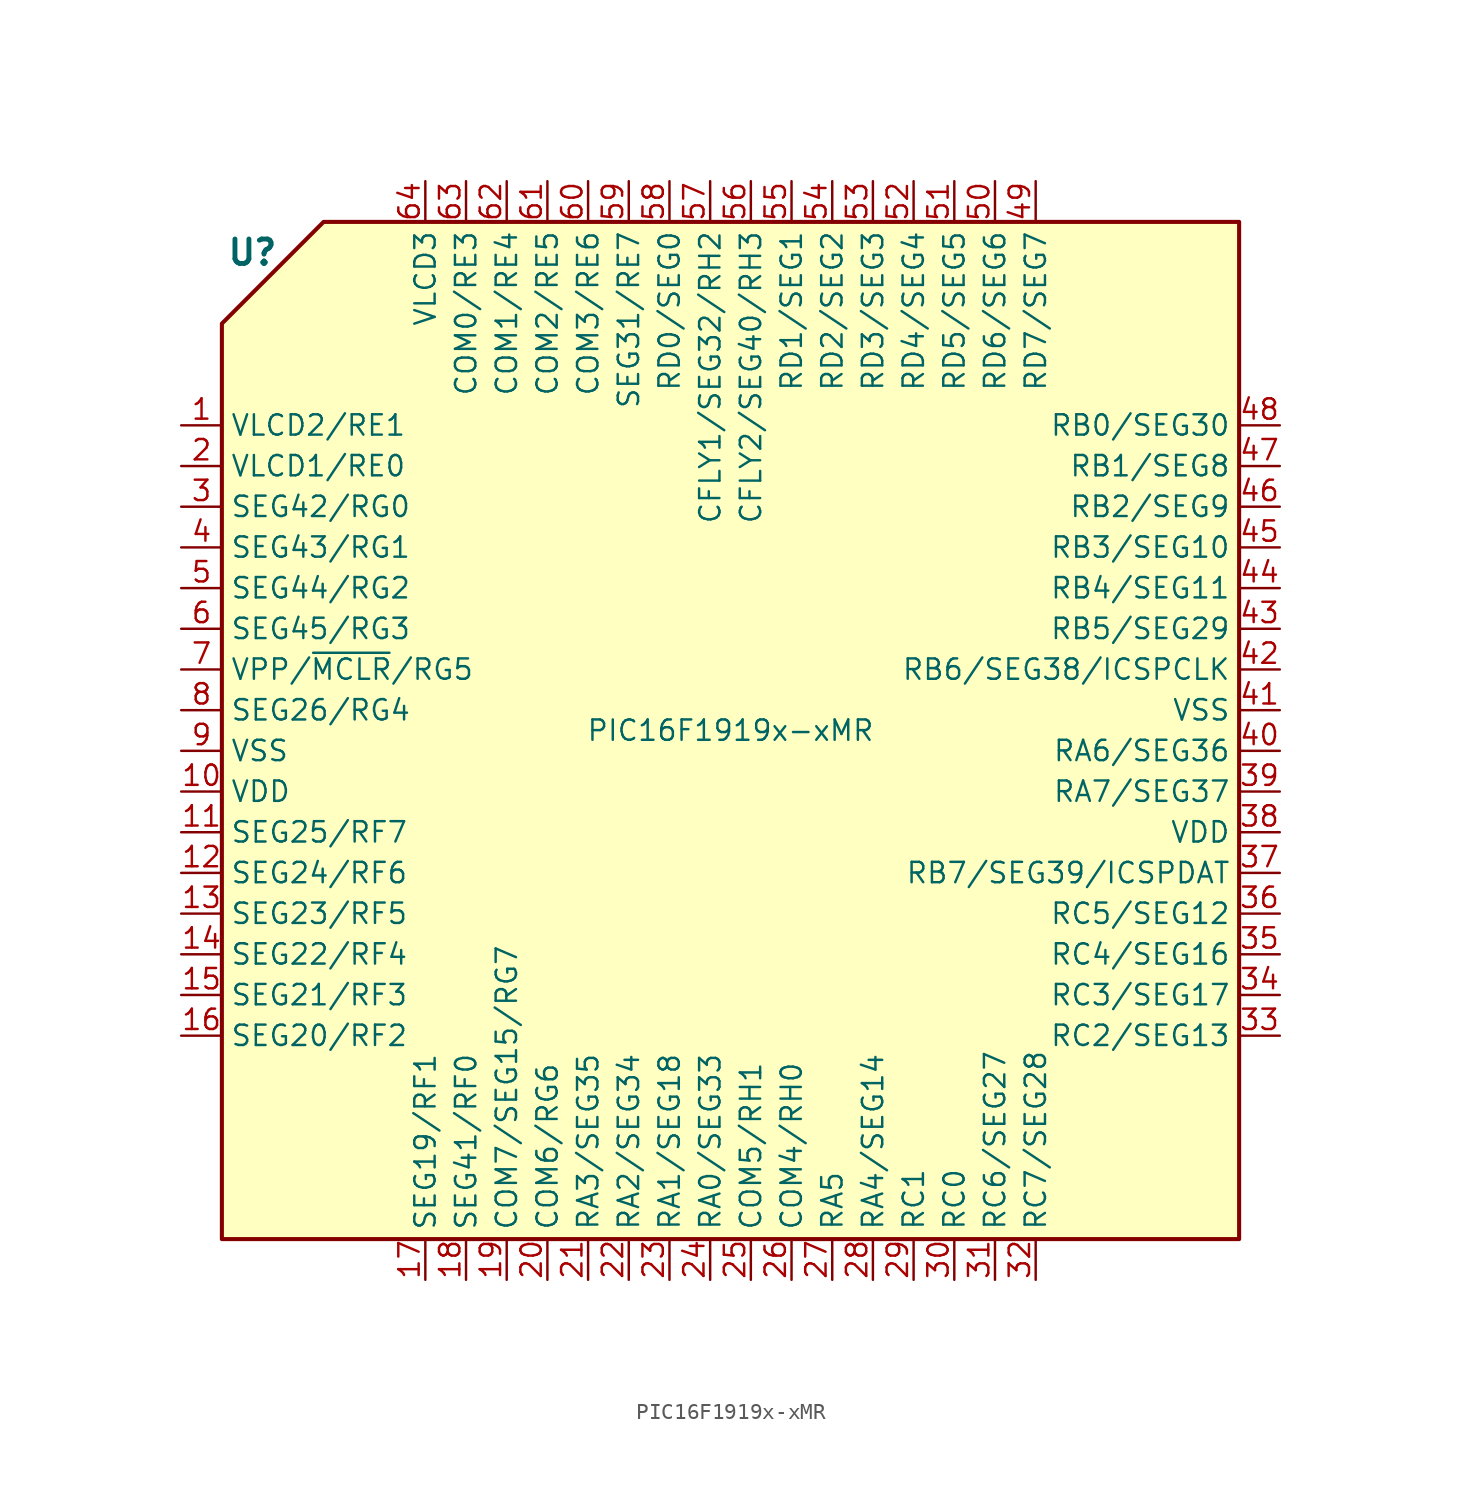
<source format=kicad_sym>
(kicad_symbol_lib
  (version 20220126)
  (generator kicad_symbol_editor)
  (symbol "PIC16F1919x-xMR"
    (property "Reference" "U"
      (at -29.845 29.845 0)
      (effects (font (size 1.524 1.524) bold)))
    (property "Value" "PIC16F1919x-xMR"
      (at 0 0 0)
      (effects (font (size 1.27 1.27))))
    (symbol "PIC16F1919x-xMR_0_1"
      (polyline (pts (xy -31.75 25.4) (xy -25.4 31.75) (xy 31.75 31.75) (xy 31.75 -31.75) (xy -31.75 -31.75) (xy -31.75 25.4)) (stroke (width 0.254) (type default)) (fill (type background))))
    (symbol "PIC16F1919x-xMR_1_1"
      (pin bidirectional line (at -34.29 19.05 0) (length 2.54) (name "VLCD2/RE1" (effects (font (size 1.27 1.27)))) (number "1" (effects (font (size 1.27 1.27)))))
      (pin power_in line (at -34.29 -3.81 0) (length 2.54) (name "VDD" (effects (font (size 1.27 1.27)))) (number "10" (effects (font (size 1.27 1.27)))))
      (pin bidirectional line (at -34.29 -6.35 0) (length 2.54) (name "SEG25/RF7" (effects (font (size 1.27 1.27)))) (number "11" (effects (font (size 1.27 1.27)))))
      (pin bidirectional line (at -34.29 -8.89 0) (length 2.54) (name "SEG24/RF6" (effects (font (size 1.27 1.27)))) (number "12" (effects (font (size 1.27 1.27)))))
      (pin bidirectional line (at -34.29 -11.43 0) (length 2.54) (name "SEG23/RF5" (effects (font (size 1.27 1.27)))) (number "13" (effects (font (size 1.27 1.27)))))
      (pin bidirectional line (at -34.29 -13.97 0) (length 2.54) (name "SEG22/RF4" (effects (font (size 1.27 1.27)))) (number "14" (effects (font (size 1.27 1.27)))))
      (pin bidirectional line (at -34.29 -16.51 0) (length 2.54) (name "SEG21/RF3" (effects (font (size 1.27 1.27)))) (number "15" (effects (font (size 1.27 1.27)))))
      (pin bidirectional line (at -34.29 -19.05 0) (length 2.54) (name "SEG20/RF2" (effects (font (size 1.27 1.27)))) (number "16" (effects (font (size 1.27 1.27)))))
      (pin bidirectional line (at -19.05 -34.29 90) (length 2.54) (name "SEG19/RF1" (effects (font (size 1.27 1.27)))) (number "17" (effects (font (size 1.27 1.27)))))
      (pin bidirectional line (at -16.51 -34.29 90) (length 2.54) (name "SEG41/RF0" (effects (font (size 1.27 1.27)))) (number "18" (effects (font (size 1.27 1.27)))))
      (pin bidirectional line (at -13.97 -34.29 90) (length 2.54) (name "COM7/SEG15/RG7" (effects (font (size 1.27 1.27)))) (number "19" (effects (font (size 1.27 1.27)))))
      (pin bidirectional line (at -34.29 16.51 0) (length 2.54) (name "VLCD1/RE0" (effects (font (size 1.27 1.27)))) (number "2" (effects (font (size 1.27 1.27)))))
      (pin bidirectional line (at -11.43 -34.29 90) (length 2.54) (name "COM6/RG6" (effects (font (size 1.27 1.27)))) (number "20" (effects (font (size 1.27 1.27)))))
      (pin bidirectional line (at -8.89 -34.29 90) (length 2.54) (name "RA3/SEG35" (effects (font (size 1.27 1.27)))) (number "21" (effects (font (size 1.27 1.27)))))
      (pin bidirectional line (at -6.35 -34.29 90) (length 2.54) (name "RA2/SEG34" (effects (font (size 1.27 1.27)))) (number "22" (effects (font (size 1.27 1.27)))))
      (pin bidirectional line (at -3.81 -34.29 90) (length 2.54) (name "RA1/SEG18" (effects (font (size 1.27 1.27)))) (number "23" (effects (font (size 1.27 1.27)))))
      (pin bidirectional line (at -1.27 -34.29 90) (length 2.54) (name "RA0/SEG33" (effects (font (size 1.27 1.27)))) (number "24" (effects (font (size 1.27 1.27)))))
      (pin bidirectional line (at 1.27 -34.29 90) (length 2.54) (name "COM5/RH1" (effects (font (size 1.27 1.27)))) (number "25" (effects (font (size 1.27 1.27)))))
      (pin bidirectional line (at 3.81 -34.29 90) (length 2.54) (name "COM4/RH0" (effects (font (size 1.27 1.27)))) (number "26" (effects (font (size 1.27 1.27)))))
      (pin bidirectional line (at 6.35 -34.29 90) (length 2.54) (name "RA5" (effects (font (size 1.27 1.27)))) (number "27" (effects (font (size 1.27 1.27)))))
      (pin bidirectional line (at 8.89 -34.29 90) (length 2.54) (name "RA4/SEG14" (effects (font (size 1.27 1.27)))) (number "28" (effects (font (size 1.27 1.27)))))
      (pin bidirectional line (at 11.43 -34.29 90) (length 2.54) (name "RC1" (effects (font (size 1.27 1.27)))) (number "29" (effects (font (size 1.27 1.27)))))
      (pin bidirectional line (at -34.29 13.97 0) (length 2.54) (name "SEG42/RG0" (effects (font (size 1.27 1.27)))) (number "3" (effects (font (size 1.27 1.27)))))
      (pin bidirectional line (at 13.97 -34.29 90) (length 2.54) (name "RC0" (effects (font (size 1.27 1.27)))) (number "30" (effects (font (size 1.27 1.27)))))
      (pin bidirectional line (at 16.51 -34.29 90) (length 2.54) (name "RC6/SEG27" (effects (font (size 1.27 1.27)))) (number "31" (effects (font (size 1.27 1.27)))))
      (pin bidirectional line (at 19.05 -34.29 90) (length 2.54) (name "RC7/SEG28" (effects (font (size 1.27 1.27)))) (number "32" (effects (font (size 1.27 1.27)))))
      (pin bidirectional line (at 34.29 -19.05 180) (length 2.54) (name "RC2/SEG13" (effects (font (size 1.27 1.27)))) (number "33" (effects (font (size 1.27 1.27)))))
      (pin bidirectional line (at 34.29 -16.51 180) (length 2.54) (name "RC3/SEG17" (effects (font (size 1.27 1.27)))) (number "34" (effects (font (size 1.27 1.27)))))
      (pin bidirectional line (at 34.29 -13.97 180) (length 2.54) (name "RC4/SEG16" (effects (font (size 1.27 1.27)))) (number "35" (effects (font (size 1.27 1.27)))))
      (pin bidirectional line (at 34.29 -11.43 180) (length 2.54) (name "RC5/SEG12" (effects (font (size 1.27 1.27)))) (number "36" (effects (font (size 1.27 1.27)))))
      (pin bidirectional line (at 34.29 -8.89 180) (length 2.54) (name "RB7/SEG39/ICSPDAT" (effects (font (size 1.27 1.27)))) (number "37" (effects (font (size 1.27 1.27)))))
      (pin power_in line (at 34.29 -6.35 180) (length 2.54) (name "VDD" (effects (font (size 1.27 1.27)))) (number "38" (effects (font (size 1.27 1.27)))))
      (pin bidirectional line (at 34.29 -3.81 180) (length 2.54) (name "RA7/SEG37" (effects (font (size 1.27 1.27)))) (number "39" (effects (font (size 1.27 1.27)))))
      (pin bidirectional line (at -34.29 11.43 0) (length 2.54) (name "SEG43/RG1" (effects (font (size 1.27 1.27)))) (number "4" (effects (font (size 1.27 1.27)))))
      (pin bidirectional line (at 34.29 -1.27 180) (length 2.54) (name "RA6/SEG36" (effects (font (size 1.27 1.27)))) (number "40" (effects (font (size 1.27 1.27)))))
      (pin power_in line (at 34.29 1.27 180) (length 2.54) (name "VSS" (effects (font (size 1.27 1.27)))) (number "41" (effects (font (size 1.27 1.27)))))
      (pin bidirectional line (at 34.29 3.81 180) (length 2.54) (name "RB6/SEG38/ICSPCLK" (effects (font (size 1.27 1.27)))) (number "42" (effects (font (size 1.27 1.27)))))
      (pin bidirectional line (at 34.29 6.35 180) (length 2.54) (name "RB5/SEG29" (effects (font (size 1.27 1.27)))) (number "43" (effects (font (size 1.27 1.27)))))
      (pin bidirectional line (at 34.29 8.89 180) (length 2.54) (name "RB4/SEG11" (effects (font (size 1.27 1.27)))) (number "44" (effects (font (size 1.27 1.27)))))
      (pin bidirectional line (at 34.29 11.43 180) (length 2.54) (name "RB3/SEG10" (effects (font (size 1.27 1.27)))) (number "45" (effects (font (size 1.27 1.27)))))
      (pin bidirectional line (at 34.29 13.97 180) (length 2.54) (name "RB2/SEG9" (effects (font (size 1.27 1.27)))) (number "46" (effects (font (size 1.27 1.27)))))
      (pin bidirectional line (at 34.29 16.51 180) (length 2.54) (name "RB1/SEG8" (effects (font (size 1.27 1.27)))) (number "47" (effects (font (size 1.27 1.27)))))
      (pin bidirectional line (at 34.29 19.05 180) (length 2.54) (name "RB0/SEG30" (effects (font (size 1.27 1.27)))) (number "48" (effects (font (size 1.27 1.27)))))
      (pin bidirectional line (at 19.05 34.29 270) (length 2.54) (name "RD7/SEG7" (effects (font (size 1.27 1.27)))) (number "49" (effects (font (size 1.27 1.27)))))
      (pin bidirectional line (at -34.29 8.89 0) (length 2.54) (name "SEG44/RG2" (effects (font (size 1.27 1.27)))) (number "5" (effects (font (size 1.27 1.27)))))
      (pin bidirectional line (at 16.51 34.29 270) (length 2.54) (name "RD6/SEG6" (effects (font (size 1.27 1.27)))) (number "50" (effects (font (size 1.27 1.27)))))
      (pin bidirectional line (at 13.97 34.29 270) (length 2.54) (name "RD5/SEG5" (effects (font (size 1.27 1.27)))) (number "51" (effects (font (size 1.27 1.27)))))
      (pin bidirectional line (at 11.43 34.29 270) (length 2.54) (name "RD4/SEG4" (effects (font (size 1.27 1.27)))) (number "52" (effects (font (size 1.27 1.27)))))
      (pin bidirectional line (at 8.89 34.29 270) (length 2.54) (name "RD3/SEG3" (effects (font (size 1.27 1.27)))) (number "53" (effects (font (size 1.27 1.27)))))
      (pin bidirectional line (at 6.35 34.29 270) (length 2.54) (name "RD2/SEG2" (effects (font (size 1.27 1.27)))) (number "54" (effects (font (size 1.27 1.27)))))
      (pin bidirectional line (at 3.81 34.29 270) (length 2.54) (name "RD1/SEG1" (effects (font (size 1.27 1.27)))) (number "55" (effects (font (size 1.27 1.27)))))
      (pin bidirectional line (at 1.27 34.29 270) (length 2.54) (name "CFLY2/SEG40/RH3" (effects (font (size 1.27 1.27)))) (number "56" (effects (font (size 1.27 1.27)))))
      (pin bidirectional line (at -1.27 34.29 270) (length 2.54) (name "CFLY1/SEG32/RH2" (effects (font (size 1.27 1.27)))) (number "57" (effects (font (size 1.27 1.27)))))
      (pin bidirectional line (at -3.81 34.29 270) (length 2.54) (name "RD0/SEG0" (effects (font (size 1.27 1.27)))) (number "58" (effects (font (size 1.27 1.27)))))
      (pin bidirectional line (at -6.35 34.29 270) (length 2.54) (name "SEG31/RE7" (effects (font (size 1.27 1.27)))) (number "59" (effects (font (size 1.27 1.27)))))
      (pin bidirectional line (at -34.29 6.35 0) (length 2.54) (name "SEG45/RG3" (effects (font (size 1.27 1.27)))) (number "6" (effects (font (size 1.27 1.27)))))
      (pin bidirectional line (at -8.89 34.29 270) (length 2.54) (name "COM3/RE6" (effects (font (size 1.27 1.27)))) (number "60" (effects (font (size 1.27 1.27)))))
      (pin bidirectional line (at -11.43 34.29 270) (length 2.54) (name "COM2/RE5" (effects (font (size 1.27 1.27)))) (number "61" (effects (font (size 1.27 1.27)))))
      (pin bidirectional line (at -13.97 34.29 270) (length 2.54) (name "COM1/RE4" (effects (font (size 1.27 1.27)))) (number "62" (effects (font (size 1.27 1.27)))))
      (pin bidirectional line (at -16.51 34.29 270) (length 2.54) (name "COM0/RE3" (effects (font (size 1.27 1.27)))) (number "63" (effects (font (size 1.27 1.27)))))
      (pin input line (at -19.05 34.29 270) (length 2.54) (name "VLCD3" (effects (font (size 1.27 1.27)))) (number "64" (effects (font (size 1.27 1.27)))))
      (pin power_in line (at -34.29 -1.27 0) (length 2.54) hide (name "VSS" (effects (font (size 1.27 1.27)))) (number "65" (effects (font (size 1.27 1.27)))))
      (pin bidirectional line (at -34.29 3.81 0) (length 2.54) (name "VPP/~{MCLR}/RG5" (effects (font (size 1.27 1.27)))) (number "7" (effects (font (size 1.27 1.27)))))
      (pin bidirectional line (at -34.29 1.27 0) (length 2.54) (name "SEG26/RG4" (effects (font (size 1.27 1.27)))) (number "8" (effects (font (size 1.27 1.27)))))
      (pin power_in line (at -34.29 -1.27 0) (length 2.54) (name "VSS" (effects (font (size 1.27 1.27)))) (number "9" (effects (font (size 1.27 1.27))))))))
</source>
